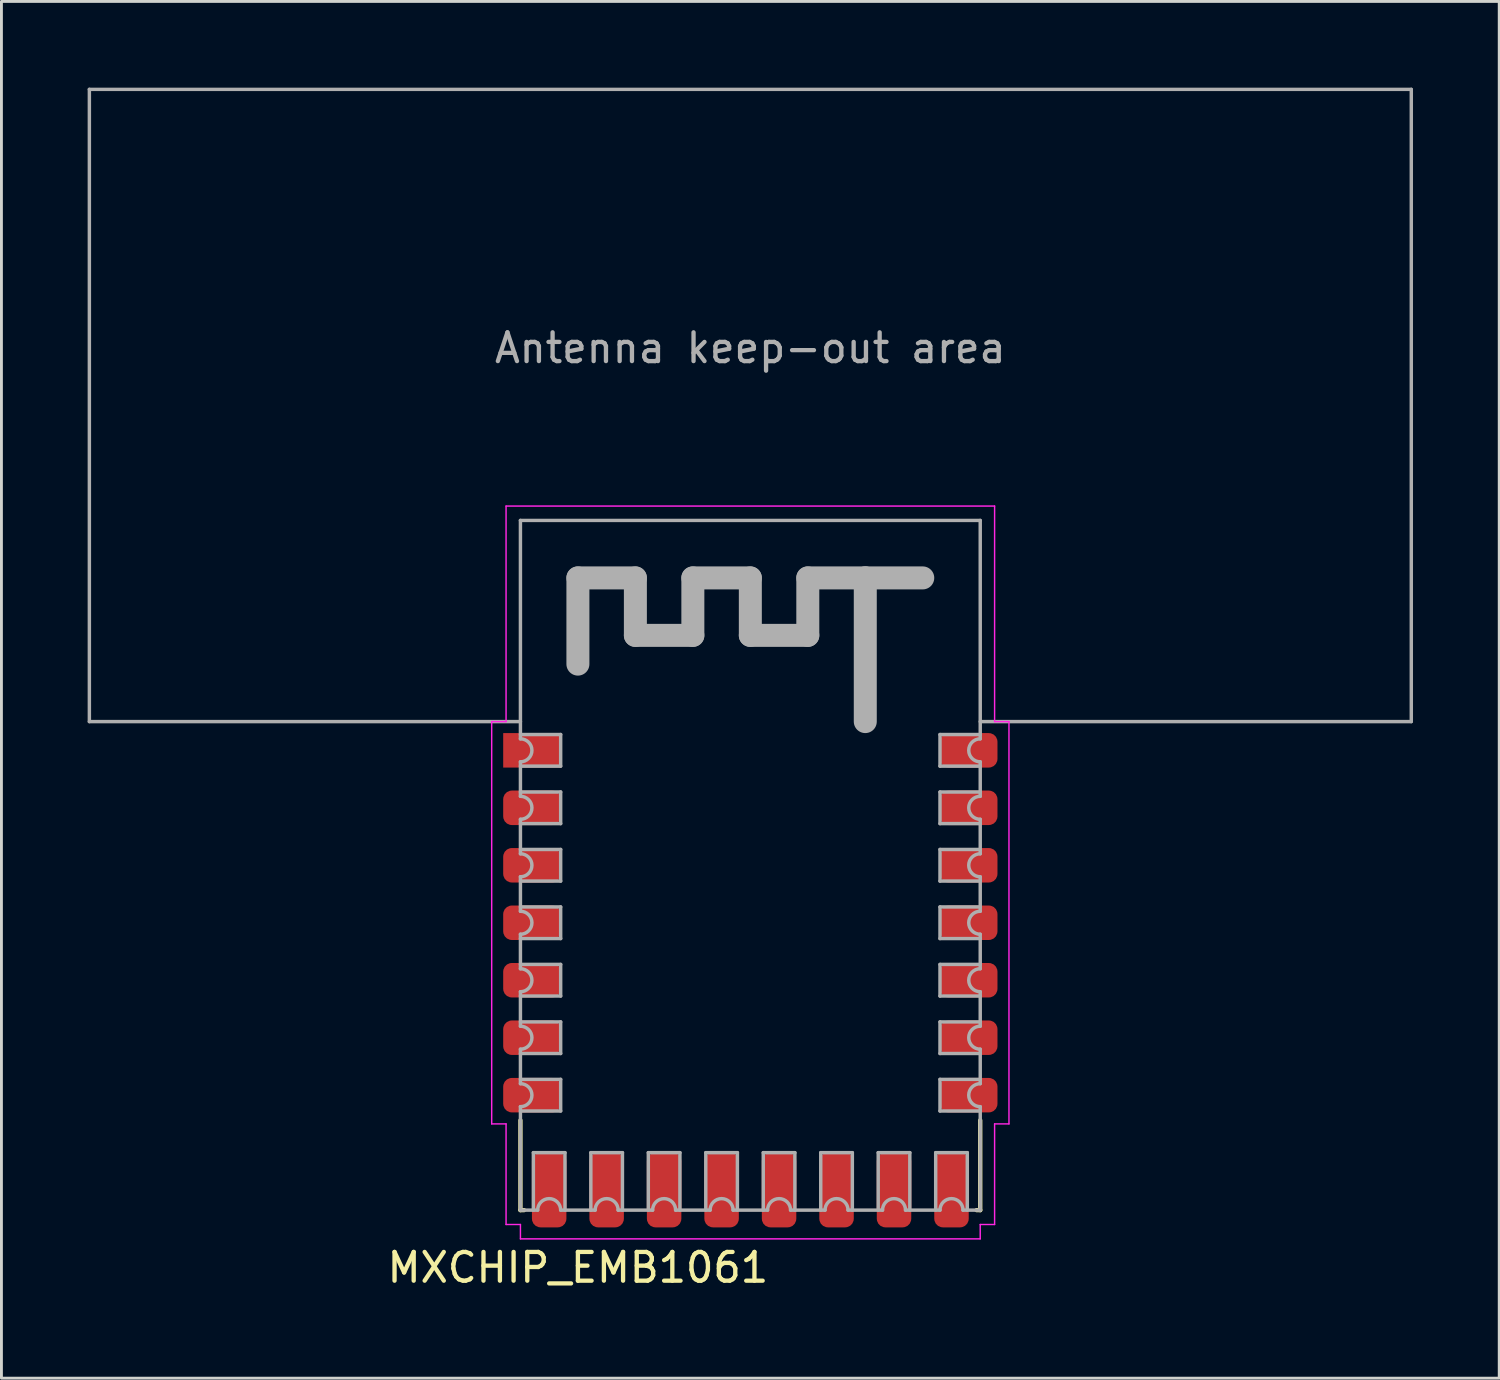
<source format=kicad_pcb>
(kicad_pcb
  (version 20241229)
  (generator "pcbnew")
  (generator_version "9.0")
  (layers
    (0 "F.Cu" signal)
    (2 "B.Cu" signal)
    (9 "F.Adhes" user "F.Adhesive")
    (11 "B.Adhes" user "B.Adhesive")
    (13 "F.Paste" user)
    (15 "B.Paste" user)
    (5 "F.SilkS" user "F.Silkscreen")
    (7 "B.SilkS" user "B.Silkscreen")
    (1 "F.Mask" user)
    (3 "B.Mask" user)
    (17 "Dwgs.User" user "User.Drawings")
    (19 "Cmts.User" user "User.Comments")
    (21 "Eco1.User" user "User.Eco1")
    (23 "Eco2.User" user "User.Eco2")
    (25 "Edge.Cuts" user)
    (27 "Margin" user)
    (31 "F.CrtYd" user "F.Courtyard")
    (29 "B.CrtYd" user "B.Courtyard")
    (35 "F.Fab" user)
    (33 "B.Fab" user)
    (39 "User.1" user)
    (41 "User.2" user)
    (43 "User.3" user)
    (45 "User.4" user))
  (footprint "MXCHIP_EMB1061"
    (layer "F.Cu")
    (at 23.06 27.06)
    (property "Reference" "MXCHIP_EMB1061" (at -6 14 0) (layer "F.SilkS") (effects (font (size 1 1) (thickness 0.15))))
    (attr smd)
    (fp_line (start -8 8.875) (end -8 12) (stroke (width 0.15) (type solid)) (layer "F.SilkS"))
    (fp_line (start -8 12) (end -7.875 12) (stroke (width 0.15) (type solid)) (layer "F.SilkS"))
    (fp_line (start 7.875 12) (end 8 12) (stroke (width 0.15) (type solid)) (layer "F.SilkS"))
    (fp_line (start 8 8.875) (end 8 12) (stroke (width 0.15) (type solid)) (layer "F.SilkS"))
    (fp_line (start -9 -5) (end -9 9) (stroke (width 0.05) (type solid)) (layer "F.CrtYd"))
    (fp_line (start -9 -5) (end -8.5 -5) (stroke (width 0.05) (type solid)) (layer "F.CrtYd"))
    (fp_line (start -9 9) (end -8.5 9) (stroke (width 0.05) (type solid)) (layer "F.CrtYd"))
    (fp_line (start -8.5 -5) (end -8.5 -12.5) (stroke (width 0.05) (type solid)) (layer "F.CrtYd"))
    (fp_line (start -8.5 9) (end -8.5 12.5) (stroke (width 0.05) (type solid)) (layer "F.CrtYd"))
    (fp_line (start -8.5 12.5) (end -8 12.5) (stroke (width 0.05) (type solid)) (layer "F.CrtYd"))
    (fp_line (start -8 12.5) (end -8 13) (stroke (width 0.05) (type solid)) (layer "F.CrtYd"))
    (fp_line (start -8 13) (end 8 13) (stroke (width 0.05) (type solid)) (layer "F.CrtYd"))
    (fp_line (start 8 12.5) (end 8.5 12.5) (stroke (width 0.05) (type solid)) (layer "F.CrtYd"))
    (fp_line (start 8 13) (end 8 12.5) (stroke (width 0.05) (type solid)) (layer "F.CrtYd"))
    (fp_line (start 8.5 -12.5) (end -8.5 -12.5) (stroke (width 0.05) (type solid)) (layer "F.CrtYd"))
    (fp_line (start 8.5 -12.5) (end 8.5 -5) (stroke (width 0.05) (type solid)) (layer "F.CrtYd"))
    (fp_line (start 8.5 -5) (end 9 -5) (stroke (width 0.05) (type solid)) (layer "F.CrtYd"))
    (fp_line (start 8.5 9) (end 9 9) (stroke (width 0.05) (type solid)) (layer "F.CrtYd"))
    (fp_line (start 8.5 12.5) (end 8.5 9) (stroke (width 0.05) (type solid)) (layer "F.CrtYd"))
    (fp_line (start 9 9) (end 9 -5) (stroke (width 0.05) (type solid)) (layer "F.CrtYd"))
    (fp_line (start -23 -27) (end -23 -5) (stroke (width 0.12) (type solid)) (layer "F.Fab"))
    (fp_line (start -23 -27) (end 23 -27) (stroke (width 0.12) (type solid)) (layer "F.Fab"))
    (fp_line (start -8 -12) (end -8 -4.4) (stroke (width 0.12) (type solid)) (layer "F.Fab"))
    (fp_line (start -8 -5) (end -23 -5) (stroke (width 0.12) (type solid)) (layer "F.Fab"))
    (fp_line (start -8 -4.55) (end -6.6 -4.55) (stroke (width 0.12) (type solid)) (layer "F.Fab"))
    (fp_line (start -8 -3.6) (end -8 -2.4) (stroke (width 0.12) (type solid)) (layer "F.Fab"))
    (fp_line (start -8 -2.55) (end -6.6 -2.55) (stroke (width 0.12) (type solid)) (layer "F.Fab"))
    (fp_line (start -8 -1.6) (end -8 -0.4) (stroke (width 0.12) (type solid)) (layer "F.Fab"))
    (fp_line (start -8 -0.55) (end -6.6 -0.55) (stroke (width 0.12) (type solid)) (layer "F.Fab"))
    (fp_line (start -8 0.4) (end -8 1.6) (stroke (width 0.12) (type solid)) (layer "F.Fab"))
    (fp_line (start -8 1.45) (end -6.6 1.45) (stroke (width 0.12) (type solid)) (layer "F.Fab"))
    (fp_line (start -8 2.4) (end -8 3.6) (stroke (width 0.12) (type solid)) (layer "F.Fab"))
    (fp_line (start -8 3.45) (end -6.6 3.45) (stroke (width 0.12) (type solid)) (layer "F.Fab"))
    (fp_line (start -8 4.4) (end -8 5.6) (stroke (width 0.12) (type solid)) (layer "F.Fab"))
    (fp_line (start -8 5.45) (end -6.6 5.45) (stroke (width 0.12) (type solid)) (layer "F.Fab"))
    (fp_line (start -8 6.4) (end -8 7.6) (stroke (width 0.12) (type solid)) (layer "F.Fab"))
    (fp_line (start -8 7.45) (end -6.6 7.45) (stroke (width 0.12) (type solid)) (layer "F.Fab"))
    (fp_line (start -8 8.4) (end -8 12) (stroke (width 0.12) (type solid)) (layer "F.Fab"))
    (fp_line (start -8 12) (end -7.4 12) (stroke (width 0.12) (type solid)) (layer "F.Fab"))
    (fp_line (start -7.55 10) (end -6.45 10) (stroke (width 0.12) (type solid)) (layer "F.Fab"))
    (fp_line (start -7.55 12) (end -7.55 10) (stroke (width 0.12) (type solid)) (layer "F.Fab"))
    (fp_line (start -6.6 -3.45) (end -8 -3.45) (stroke (width 0.12) (type solid)) (layer "F.Fab"))
    (fp_line (start -6.6 -3.45) (end -6.6 -4.55) (stroke (width 0.12) (type solid)) (layer "F.Fab"))
    (fp_line (start -6.6 -1.45) (end -8 -1.45) (stroke (width 0.12) (type solid)) (layer "F.Fab"))
    (fp_line (start -6.6 -1.45) (end -6.6 -2.55) (stroke (width 0.12) (type solid)) (layer "F.Fab"))
    (fp_line (start -6.6 0.55) (end -8 0.55) (stroke (width 0.12) (type solid)) (layer "F.Fab"))
    (fp_line (start -6.6 0.55) (end -6.6 -0.55) (stroke (width 0.12) (type solid)) (layer "F.Fab"))
    (fp_line (start -6.6 2.55) (end -8 2.55) (stroke (width 0.12) (type solid)) (layer "F.Fab"))
    (fp_line (start -6.6 2.55) (end -6.6 1.45) (stroke (width 0.12) (type solid)) (layer "F.Fab"))
    (fp_line (start -6.6 4.55) (end -8 4.55) (stroke (width 0.12) (type solid)) (layer "F.Fab"))
    (fp_line (start -6.6 4.55) (end -6.6 3.45) (stroke (width 0.12) (type solid)) (layer "F.Fab"))
    (fp_line (start -6.6 6.55) (end -8 6.55) (stroke (width 0.12) (type solid)) (layer "F.Fab"))
    (fp_line (start -6.6 6.55) (end -6.6 5.45) (stroke (width 0.12) (type solid)) (layer "F.Fab"))
    (fp_line (start -6.6 8.55) (end -8 8.55) (stroke (width 0.12) (type solid)) (layer "F.Fab"))
    (fp_line (start -6.6 8.55) (end -6.6 7.45) (stroke (width 0.12) (type solid)) (layer "F.Fab"))
    (fp_line (start -6.6 12) (end -5.4 12) (stroke (width 0.12) (type solid)) (layer "F.Fab"))
    (fp_line (start -6.45 10) (end -6.45 12) (stroke (width 0.12) (type solid)) (layer "F.Fab"))
    (fp_line (start -6 -10) (end -4 -10) (stroke (width 0.8) (type solid)) (layer "F.Fab"))
    (fp_line (start -6 -7) (end -6 -10) (stroke (width 0.8) (type solid)) (layer "F.Fab"))
    (fp_line (start -5.55 10) (end -4.45 10) (stroke (width 0.12) (type solid)) (layer "F.Fab"))
    (fp_line (start -5.55 12) (end -5.55 10) (stroke (width 0.12) (type solid)) (layer "F.Fab"))
    (fp_line (start -4.6 12) (end -3.4 12) (stroke (width 0.12) (type solid)) (layer "F.Fab"))
    (fp_line (start -4.45 10) (end -4.45 12) (stroke (width 0.12) (type solid)) (layer "F.Fab"))
    (fp_line (start -4 -10) (end -4 -8) (stroke (width 0.8) (type solid)) (layer "F.Fab"))
    (fp_line (start -4 -8) (end -2 -8) (stroke (width 0.8) (type solid)) (layer "F.Fab"))
    (fp_line (start -3.55 10) (end -2.45 10) (stroke (width 0.12) (type solid)) (layer "F.Fab"))
    (fp_line (start -3.55 12) (end -3.55 10) (stroke (width 0.12) (type solid)) (layer "F.Fab"))
    (fp_line (start -2.6 12) (end -1.4 12) (stroke (width 0.12) (type solid)) (layer "F.Fab"))
    (fp_line (start -2.45 10) (end -2.45 12) (stroke (width 0.12) (type solid)) (layer "F.Fab"))
    (fp_line (start -2 -10) (end 0 -10) (stroke (width 0.8) (type solid)) (layer "F.Fab"))
    (fp_line (start -2 -8) (end -2 -10) (stroke (width 0.8) (type solid)) (layer "F.Fab"))
    (fp_line (start -1.55 10) (end -0.45 10) (stroke (width 0.12) (type solid)) (layer "F.Fab"))
    (fp_line (start -1.55 12) (end -1.55 10) (stroke (width 0.12) (type solid)) (layer "F.Fab"))
    (fp_line (start -0.6 12) (end 0.6 12) (stroke (width 0.12) (type solid)) (layer "F.Fab"))
    (fp_line (start -0.45 10) (end -0.45 12) (stroke (width 0.12) (type solid)) (layer "F.Fab"))
    (fp_line (start 0 -10) (end 0 -8) (stroke (width 0.8) (type solid)) (layer "F.Fab"))
    (fp_line (start 0 -8) (end 2 -8) (stroke (width 0.8) (type solid)) (layer "F.Fab"))
    (fp_line (start 0.45 10) (end 1.55 10) (stroke (width 0.12) (type solid)) (layer "F.Fab"))
    (fp_line (start 0.45 12) (end 0.45 10) (stroke (width 0.12) (type solid)) (layer "F.Fab"))
    (fp_line (start 1.4 12) (end 2.6 12) (stroke (width 0.12) (type solid)) (layer "F.Fab"))
    (fp_line (start 1.55 10) (end 1.55 12) (stroke (width 0.12) (type solid)) (layer "F.Fab"))
    (fp_line (start 2 -10) (end 4 -10) (stroke (width 0.8) (type solid)) (layer "F.Fab"))
    (fp_line (start 2 -8) (end 2 -10) (stroke (width 0.8) (type solid)) (layer "F.Fab"))
    (fp_line (start 2.45 10) (end 3.55 10) (stroke (width 0.12) (type solid)) (layer "F.Fab"))
    (fp_line (start 2.45 12) (end 2.45 10) (stroke (width 0.12) (type solid)) (layer "F.Fab"))
    (fp_line (start 3.4 12) (end 4.6 12) (stroke (width 0.12) (type solid)) (layer "F.Fab"))
    (fp_line (start 3.55 10) (end 3.55 12) (stroke (width 0.12) (type solid)) (layer "F.Fab"))
    (fp_line (start 4 -10) (end 4 -5) (stroke (width 0.8) (type solid)) (layer "F.Fab"))
    (fp_line (start 4 -10) (end 6 -10) (stroke (width 0.8) (type solid)) (layer "F.Fab"))
    (fp_line (start 4.45 10) (end 5.55 10) (stroke (width 0.12) (type solid)) (layer "F.Fab"))
    (fp_line (start 4.45 12) (end 4.45 10) (stroke (width 0.12) (type solid)) (layer "F.Fab"))
    (fp_line (start 5.4 12) (end 6.6 12) (stroke (width 0.12) (type solid)) (layer "F.Fab"))
    (fp_line (start 5.55 10) (end 5.55 12) (stroke (width 0.12) (type solid)) (layer "F.Fab"))
    (fp_line (start 6.45 10) (end 7.55 10) (stroke (width 0.12) (type solid)) (layer "F.Fab"))
    (fp_line (start 6.45 12) (end 6.45 10) (stroke (width 0.12) (type solid)) (layer "F.Fab"))
    (fp_line (start 6.6 -4.55) (end 6.6 -3.45) (stroke (width 0.12) (type solid)) (layer "F.Fab"))
    (fp_line (start 6.6 -4.55) (end 8 -4.55) (stroke (width 0.12) (type solid)) (layer "F.Fab"))
    (fp_line (start 6.6 -2.55) (end 6.6 -1.45) (stroke (width 0.12) (type solid)) (layer "F.Fab"))
    (fp_line (start 6.6 -2.55) (end 8 -2.55) (stroke (width 0.12) (type solid)) (layer "F.Fab"))
    (fp_line (start 6.6 -0.55) (end 6.6 0.55) (stroke (width 0.12) (type solid)) (layer "F.Fab"))
    (fp_line (start 6.6 -0.55) (end 8 -0.55) (stroke (width 0.12) (type solid)) (layer "F.Fab"))
    (fp_line (start 6.6 1.45) (end 6.6 2.55) (stroke (width 0.12) (type solid)) (layer "F.Fab"))
    (fp_line (start 6.6 1.45) (end 8 1.45) (stroke (width 0.12) (type solid)) (layer "F.Fab"))
    (fp_line (start 6.6 3.45) (end 6.6 4.55) (stroke (width 0.12) (type solid)) (layer "F.Fab"))
    (fp_line (start 6.6 3.45) (end 8 3.45) (stroke (width 0.12) (type solid)) (layer "F.Fab"))
    (fp_line (start 6.6 5.45) (end 6.6 6.55) (stroke (width 0.12) (type solid)) (layer "F.Fab"))
    (fp_line (start 6.6 5.45) (end 8 5.45) (stroke (width 0.12) (type solid)) (layer "F.Fab"))
    (fp_line (start 6.6 7.45) (end 6.6 8.55) (stroke (width 0.12) (type solid)) (layer "F.Fab"))
    (fp_line (start 6.6 7.45) (end 8 7.45) (stroke (width 0.12) (type solid)) (layer "F.Fab"))
    (fp_line (start 7.4 12) (end 8 12) (stroke (width 0.12) (type solid)) (layer "F.Fab"))
    (fp_line (start 7.55 10) (end 7.55 12) (stroke (width 0.12) (type solid)) (layer "F.Fab"))
    (fp_line (start 8 -12) (end -8 -12) (stroke (width 0.12) (type solid)) (layer "F.Fab"))
    (fp_line (start 8 -5) (end 23 -5) (stroke (width 0.12) (type solid)) (layer "F.Fab"))
    (fp_line (start 8 -4.4) (end 8 -12) (stroke (width 0.12) (type solid)) (layer "F.Fab"))
    (fp_line (start 8 -3.45) (end 6.6 -3.45) (stroke (width 0.12) (type solid)) (layer "F.Fab"))
    (fp_line (start 8 -2.4) (end 8 -3.6) (stroke (width 0.12) (type solid)) (layer "F.Fab"))
    (fp_line (start 8 -1.45) (end 6.6 -1.45) (stroke (width 0.12) (type solid)) (layer "F.Fab"))
    (fp_line (start 8 -0.4) (end 8 -1.6) (stroke (width 0.12) (type solid)) (layer "F.Fab"))
    (fp_line (start 8 0.55) (end 6.6 0.55) (stroke (width 0.12) (type solid)) (layer "F.Fab"))
    (fp_line (start 8 1.6) (end 8 0.4) (stroke (width 0.12) (type solid)) (layer "F.Fab"))
    (fp_line (start 8 2.55) (end 6.6 2.55) (stroke (width 0.12) (type solid)) (layer "F.Fab"))
    (fp_line (start 8 3.6) (end 8 2.4) (stroke (width 0.12) (type solid)) (layer "F.Fab"))
    (fp_line (start 8 4.55) (end 6.6 4.55) (stroke (width 0.12) (type solid)) (layer "F.Fab"))
    (fp_line (start 8 5.6) (end 8 4.4) (stroke (width 0.12) (type solid)) (layer "F.Fab"))
    (fp_line (start 8 6.55) (end 6.6 6.55) (stroke (width 0.12) (type solid)) (layer "F.Fab"))
    (fp_line (start 8 7.6) (end 8 6.4) (stroke (width 0.12) (type solid)) (layer "F.Fab"))
    (fp_line (start 8 8.55) (end 6.6 8.55) (stroke (width 0.12) (type solid)) (layer "F.Fab"))
    (fp_line (start 8 12) (end 8 8.4) (stroke (width 0.12) (type solid)) (layer "F.Fab"))
    (fp_line (start 23 -27) (end 23 -5) (stroke (width 0.12) (type solid)) (layer "F.Fab"))
    (fp_arc (start -8 -4.4) (mid -7.6 -4) (end -8 -3.6) (stroke (width 0.12) (type solid)) (layer "F.Fab"))
    (fp_arc (start -8 -2.4) (mid -7.6 -2) (end -8 -1.6) (stroke (width 0.12) (type solid)) (layer "F.Fab"))
    (fp_arc (start -8 -0.4) (mid -7.6 0) (end -8 0.4) (stroke (width 0.12) (type solid)) (layer "F.Fab"))
    (fp_arc (start -8 1.6) (mid -7.6 2) (end -8 2.4) (stroke (width 0.12) (type solid)) (layer "F.Fab"))
    (fp_arc (start -8 3.6) (mid -7.6 4) (end -8 4.4) (stroke (width 0.12) (type solid)) (layer "F.Fab"))
    (fp_arc (start -8 5.6) (mid -7.6 6) (end -8 6.4) (stroke (width 0.12) (type solid)) (layer "F.Fab"))
    (fp_arc (start -8 7.6) (mid -7.6 8) (end -8 8.4) (stroke (width 0.12) (type solid)) (layer "F.Fab"))
    (fp_arc (start -7.4 12) (mid -7 11.6) (end -6.6 12) (stroke (width 0.12) (type solid)) (layer "F.Fab"))
    (fp_arc (start -5.4 12) (mid -5 11.6) (end -4.6 12) (stroke (width 0.12) (type solid)) (layer "F.Fab"))
    (fp_arc (start -3.4 12) (mid -3 11.6) (end -2.6 12) (stroke (width 0.12) (type solid)) (layer "F.Fab"))
    (fp_arc (start -1.4 12) (mid -1 11.6) (end -0.6 12) (stroke (width 0.12) (type solid)) (layer "F.Fab"))
    (fp_arc (start 0.6 12) (mid 1 11.6) (end 1.4 12) (stroke (width 0.12) (type solid)) (layer "F.Fab"))
    (fp_arc (start 2.6 12) (mid 3 11.6) (end 3.4 12) (stroke (width 0.12) (type solid)) (layer "F.Fab"))
    (fp_arc (start 4.6 12) (mid 5 11.6) (end 5.4 12) (stroke (width 0.12) (type solid)) (layer "F.Fab"))
    (fp_arc (start 6.6 12) (mid 7 11.6) (end 7.4 12) (stroke (width 0.12) (type solid)) (layer "F.Fab"))
    (fp_arc (start 8 -3.6) (mid 7.6 -4) (end 8 -4.4) (stroke (width 0.12) (type solid)) (layer "F.Fab"))
    (fp_arc (start 8 -1.6) (mid 7.6 -2) (end 8 -2.4) (stroke (width 0.12) (type solid)) (layer "F.Fab"))
    (fp_arc (start 8 0.4) (mid 7.6 0) (end 8 -0.4) (stroke (width 0.12) (type solid)) (layer "F.Fab"))
    (fp_arc (start 8 2.4) (mid 7.6 2) (end 8 1.6) (stroke (width 0.12) (type solid)) (layer "F.Fab"))
    (fp_arc (start 8 4.4) (mid 7.6 4) (end 8 3.6) (stroke (width 0.12) (type solid)) (layer "F.Fab"))
    (fp_arc (start 8 6.4) (mid 7.6 6) (end 8 5.6) (stroke (width 0.12) (type solid)) (layer "F.Fab"))
    (fp_arc (start 8 8.4) (mid 7.6 8) (end 8 7.6) (stroke (width 0.12) (type solid)) (layer "F.Fab"))
    (fp_text user "Antenna keep-out area" (at 0 -18 0) (layer "F.Fab") (effects (font (size 1 1) (thickness 0.15))))
    (pad "1" smd rect (at -7.6 -4) (size 2 1.2) (layers "F.Cu" "F.Mask" "F.Paste"))
    (pad "2" smd roundrect (at -7.6 -2) (size 2 1.2) (layers "F.Cu" "F.Mask" "F.Paste") (roundrect_rratio 0.25))
    (pad "3" smd roundrect (at -7.6 0) (size 2 1.2) (layers "F.Cu" "F.Mask" "F.Paste") (roundrect_rratio 0.25))
    (pad "4" smd roundrect (at -7.6 2) (size 2 1.2) (layers "F.Cu" "F.Mask" "F.Paste") (roundrect_rratio 0.25))
    (pad "5" smd roundrect (at -7.6 4) (size 2 1.2) (layers "F.Cu" "F.Mask" "F.Paste") (roundrect_rratio 0.25))
    (pad "6" smd roundrect (at -7.6 6) (size 2 1.2) (layers "F.Cu" "F.Mask" "F.Paste") (roundrect_rratio 0.25))
    (pad "7" smd roundrect (at -7.6 8) (size 2 1.2) (layers "F.Cu" "F.Mask" "F.Paste") (roundrect_rratio 0.25))
    (pad "8" smd roundrect (at -7 11.3 90) (size 2.6 1.2) (layers "F.Cu" "F.Mask" "F.Paste") (roundrect_rratio 0.25))
    (pad "9" smd roundrect (at -5 11.3 90) (size 2.6 1.2) (layers "F.Cu" "F.Mask" "F.Paste") (roundrect_rratio 0.25))
    (pad "10" smd roundrect (at -3 11.3 90) (size 2.6 1.2) (layers "F.Cu" "F.Mask" "F.Paste") (roundrect_rratio 0.25))
    (pad "11" smd roundrect (at -1 11.3 90) (size 2.6 1.2) (layers "F.Cu" "F.Mask" "F.Paste") (roundrect_rratio 0.25))
    (pad "12" smd roundrect (at 1 11.3 90) (size 2.6 1.2) (layers "F.Cu" "F.Mask" "F.Paste") (roundrect_rratio 0.25))
    (pad "13" smd roundrect (at 3 11.3 90) (size 2.6 1.2) (layers "F.Cu" "F.Mask" "F.Paste") (roundrect_rratio 0.25))
    (pad "14" smd roundrect (at 5 11.3 90) (size 2.6 1.2) (layers "F.Cu" "F.Mask" "F.Paste") (roundrect_rratio 0.25))
    (pad "15" smd roundrect (at 7 11.3 90) (size 2.6 1.2) (layers "F.Cu" "F.Mask" "F.Paste") (roundrect_rratio 0.25))
    (pad "16" smd roundrect (at 7.6 8 180) (size 2 1.2) (layers "F.Cu" "F.Mask" "F.Paste") (roundrect_rratio 0.25))
    (pad "17" smd roundrect (at 7.6 6 180) (size 2 1.2) (layers "F.Cu" "F.Mask" "F.Paste") (roundrect_rratio 0.25))
    (pad "18" smd roundrect (at 7.6 4 180) (size 2 1.2) (layers "F.Cu" "F.Mask" "F.Paste") (roundrect_rratio 0.25))
    (pad "19" smd roundrect (at 7.6 2 180) (size 2 1.2) (layers "F.Cu" "F.Mask" "F.Paste") (roundrect_rratio 0.25))
    (pad "20" smd roundrect (at 7.6 0 180) (size 2 1.2) (layers "F.Cu" "F.Mask" "F.Paste") (roundrect_rratio 0.25))
    (pad "21" smd roundrect (at 7.6 -2 180) (size 2 1.2) (layers "F.Cu" "F.Mask" "F.Paste") (roundrect_rratio 0.25))
    (pad "22" smd roundrect (at 7.6 -4 180) (size 2 1.2) (layers "F.Cu" "F.Mask" "F.Paste") (roundrect_rratio 0.25)))
  (gr_rect
    (start -3 -3)
    (end 49.12 44.908)
    (stroke (width 0.1) (type default))
    (fill no)
    (layer "Edge.Cuts")))
</source>
